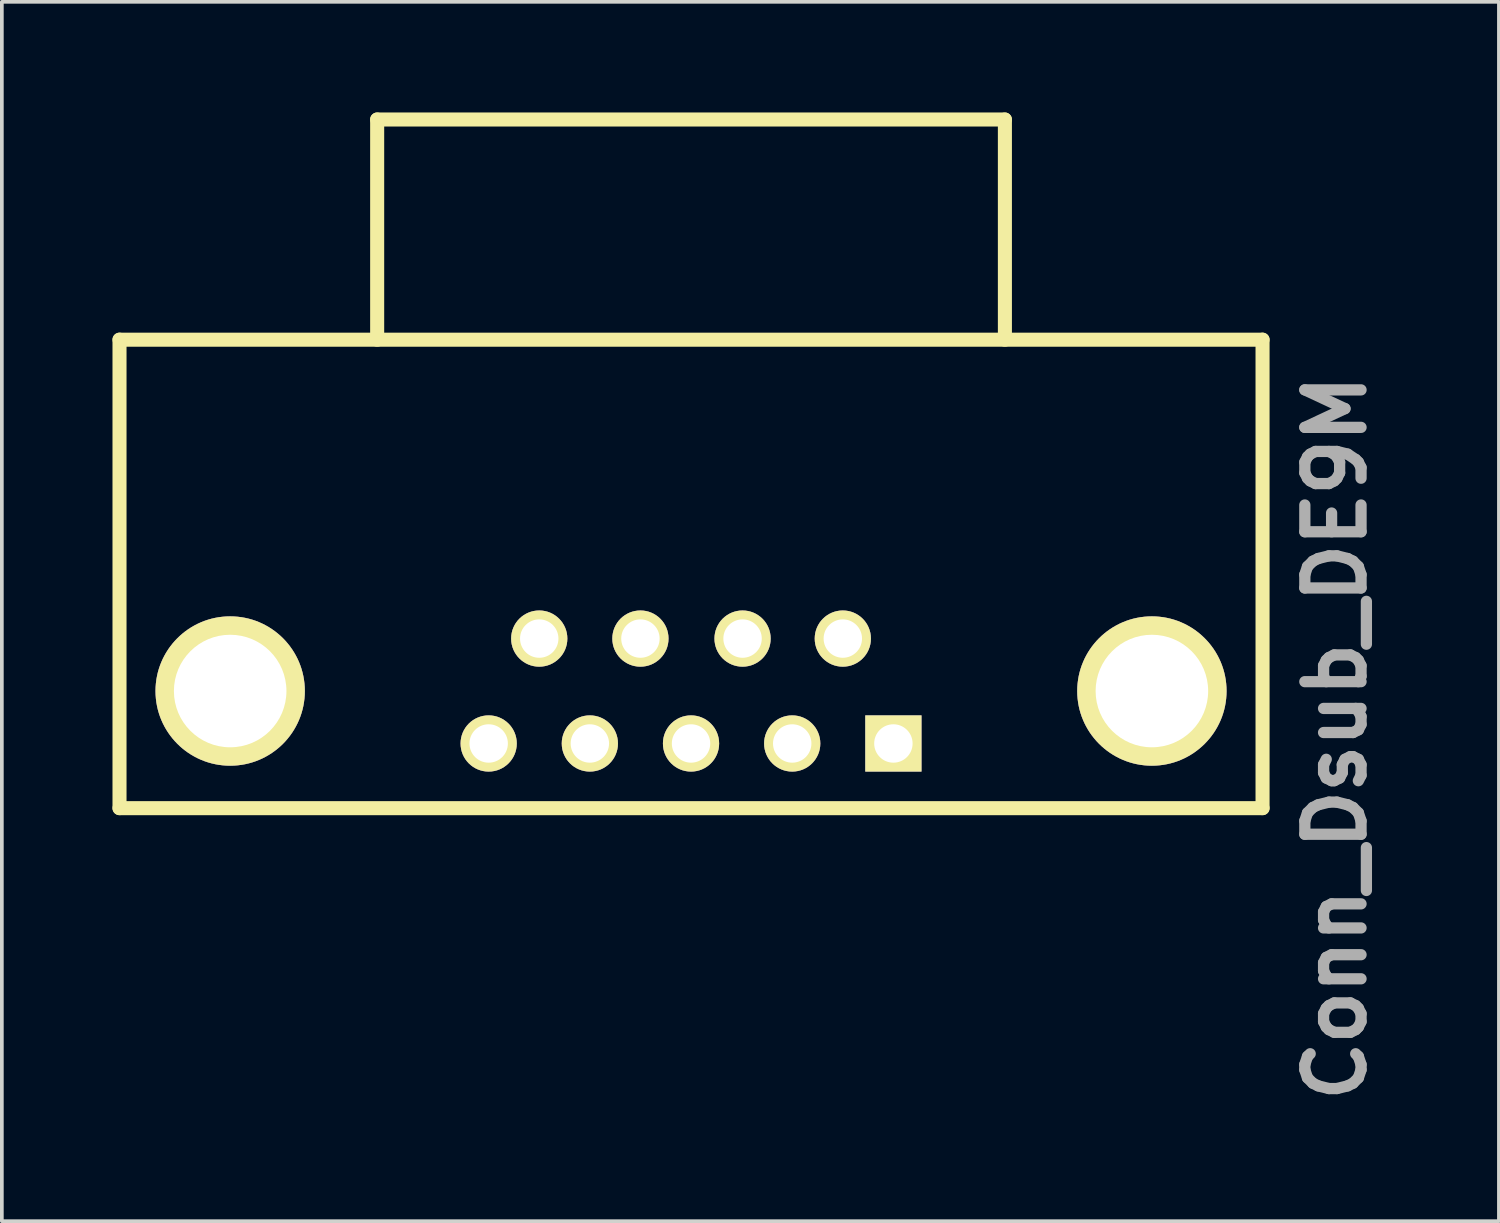
<source format=kicad_pcb>
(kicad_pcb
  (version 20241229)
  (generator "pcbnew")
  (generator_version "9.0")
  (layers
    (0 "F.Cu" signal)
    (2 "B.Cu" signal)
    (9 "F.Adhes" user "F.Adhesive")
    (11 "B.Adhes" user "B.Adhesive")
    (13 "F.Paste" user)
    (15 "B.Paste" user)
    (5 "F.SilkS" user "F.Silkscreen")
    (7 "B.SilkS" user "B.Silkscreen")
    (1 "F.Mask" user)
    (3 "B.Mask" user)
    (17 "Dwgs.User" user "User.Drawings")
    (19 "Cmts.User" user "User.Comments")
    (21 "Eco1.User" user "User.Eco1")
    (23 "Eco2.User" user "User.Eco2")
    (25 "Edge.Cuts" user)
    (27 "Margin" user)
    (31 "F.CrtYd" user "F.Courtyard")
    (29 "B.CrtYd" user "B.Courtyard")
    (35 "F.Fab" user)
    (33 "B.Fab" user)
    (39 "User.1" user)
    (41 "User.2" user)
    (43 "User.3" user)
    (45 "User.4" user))
  (footprint "Conn_Dsub_DE9M"
    (layer "F.Cu")
    (at 15.684 15.684)
    (property "Reference" "Conn_Dsub_DE9M" (at 17.475 1.27 90) (layer "F.Fab") (effects (font (size 1.524 1.524) (thickness 0.305))))
    (attr through_hole)
    (fp_line (start -15.494 -9.525) (end 15.494 -9.525) (stroke (width 0.381) (type solid)) (layer "F.SilkS"))
    (fp_line (start -15.494 3.175) (end -15.494 -9.525) (stroke (width 0.381) (type solid)) (layer "F.SilkS"))
    (fp_line (start -15.494 3.175) (end 15.494 3.175) (stroke (width 0.381) (type solid)) (layer "F.SilkS"))
    (fp_line (start -8.509 -15.494) (end 8.509 -15.494) (stroke (width 0.381) (type solid)) (layer "F.SilkS"))
    (fp_line (start -8.509 -9.525) (end -8.509 -15.494) (stroke (width 0.381) (type solid)) (layer "F.SilkS"))
    (fp_line (start 8.509 -15.494) (end 8.509 -9.525) (stroke (width 0.381) (type solid)) (layer "F.SilkS"))
    (fp_line (start 15.494 -9.525) (end 15.494 3.175) (stroke (width 0.381) (type solid)) (layer "F.SilkS"))
    (pad "" thru_hole circle (at -12.494 0) (size 4.049 4.049) (drill 3.051) (layers "*.Cu" "*.Mask" "F.SilkS"))
    (pad "" thru_hole circle (at 12.494 0) (size 4.049 4.049) (drill 3.051) (layers "*.Cu" "*.Mask" "F.SilkS"))
    (pad "1" thru_hole rect (at 5.486 1.422) (size 1.524 1.524) (drill 1.041) (layers "*.Cu" "*.Mask" "F.SilkS"))
    (pad "2" thru_hole circle (at 2.743 1.422) (size 1.524 1.524) (drill 1.041) (layers "*.Cu" "*.Mask" "F.SilkS"))
    (pad "3" thru_hole circle (at 0 1.422) (size 1.524 1.524) (drill 1.041) (layers "*.Cu" "*.Mask" "F.SilkS"))
    (pad "4" thru_hole circle (at -2.743 1.422) (size 1.524 1.524) (drill 1.041) (layers "*.Cu" "*.Mask" "F.SilkS"))
    (pad "5" thru_hole circle (at -5.486 1.422) (size 1.524 1.524) (drill 1.041) (layers "*.Cu" "*.Mask" "F.SilkS"))
    (pad "6" thru_hole circle (at 4.115 -1.422) (size 1.524 1.524) (drill 1.041) (layers "*.Cu" "*.Mask" "F.SilkS"))
    (pad "7" thru_hole circle (at 1.397 -1.422) (size 1.524 1.524) (drill 1.041) (layers "*.Cu" "*.Mask" "F.SilkS"))
    (pad "8" thru_hole circle (at -1.372 -1.422) (size 1.524 1.524) (drill 1.041) (layers "*.Cu" "*.Mask" "F.SilkS"))
    (pad "9" thru_hole circle (at -4.115 -1.422) (size 1.524 1.524) (drill 1.041) (layers "*.Cu" "*.Mask" "F.SilkS")))
  (gr_rect
    (start -3 -3)
    (end 37.586 30.056)
    (stroke (width 0.1) (type default))
    (fill no)
    (layer "Edge.Cuts")))
</source>
